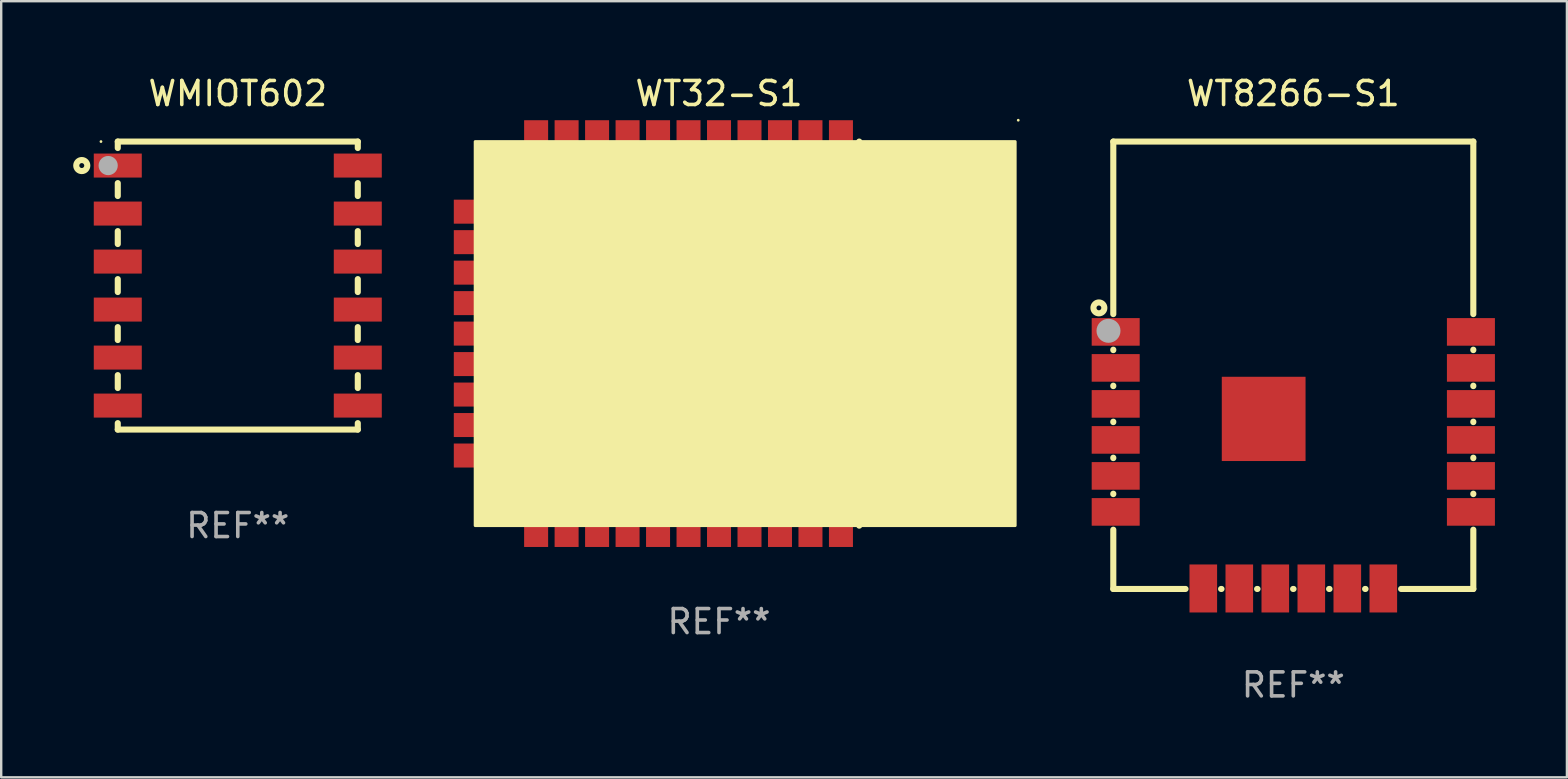
<source format=kicad_pcb>
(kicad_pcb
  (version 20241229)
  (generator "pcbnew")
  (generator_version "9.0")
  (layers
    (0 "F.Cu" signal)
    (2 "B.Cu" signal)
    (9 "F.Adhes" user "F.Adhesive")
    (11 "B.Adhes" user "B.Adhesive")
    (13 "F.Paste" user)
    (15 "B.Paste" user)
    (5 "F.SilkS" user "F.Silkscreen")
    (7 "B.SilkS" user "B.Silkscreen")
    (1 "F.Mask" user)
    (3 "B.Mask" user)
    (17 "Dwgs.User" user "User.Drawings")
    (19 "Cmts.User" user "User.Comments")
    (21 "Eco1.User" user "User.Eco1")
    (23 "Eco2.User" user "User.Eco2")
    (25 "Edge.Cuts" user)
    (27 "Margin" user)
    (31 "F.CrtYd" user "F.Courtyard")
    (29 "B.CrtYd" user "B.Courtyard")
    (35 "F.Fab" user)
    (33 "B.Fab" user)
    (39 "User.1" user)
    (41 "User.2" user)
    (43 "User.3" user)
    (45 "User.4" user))
  (footprint "WT8266-S1"
    (layer "F.Cu")
    (at 50.834 12.168)
    (property "Reference" "WT8266-S1" (at 0 -11.32 0) (layer "F.SilkS") (effects (font (size 1 1) (thickness 0.15))))
    (attr through_hole)
    (fp_line (start -7.5 -9.32) (end 7.5 -9.32) (stroke (width 0.254) (type solid)) (layer "F.SilkS"))
    (fp_line (start -7.5 -2.131) (end -7.5 -9.32) (stroke (width 0.254) (type solid)) (layer "F.SilkS"))
    (fp_line (start -7.5 -0.631) (end -7.5 -0.649) (stroke (width 0.254) (type solid)) (layer "F.SilkS"))
    (fp_line (start -7.5 0.869) (end -7.5 0.851) (stroke (width 0.254) (type solid)) (layer "F.SilkS"))
    (fp_line (start -7.5 2.369) (end -7.5 2.351) (stroke (width 0.254) (type solid)) (layer "F.SilkS"))
    (fp_line (start -7.5 3.869) (end -7.5 3.851) (stroke (width 0.254) (type solid)) (layer "F.SilkS"))
    (fp_line (start -7.5 5.369) (end -7.5 5.351) (stroke (width 0.254) (type solid)) (layer "F.SilkS"))
    (fp_line (start -7.5 9.32) (end -7.5 6.851) (stroke (width 0.254) (type solid)) (layer "F.SilkS"))
    (fp_line (start -7.5 9.32) (end -4.491 9.32) (stroke (width 0.254) (type solid)) (layer "F.SilkS"))
    (fp_line (start -3.009 9.32) (end -2.991 9.32) (stroke (width 0.254) (type solid)) (layer "F.SilkS"))
    (fp_line (start -1.509 9.32) (end -1.491 9.32) (stroke (width 0.254) (type solid)) (layer "F.SilkS"))
    (fp_line (start -0.009 9.32) (end 0.009 9.32) (stroke (width 0.254) (type solid)) (layer "F.SilkS"))
    (fp_line (start 1.491 9.32) (end 1.509 9.32) (stroke (width 0.254) (type solid)) (layer "F.SilkS"))
    (fp_line (start 2.991 9.32) (end 3.009 9.32) (stroke (width 0.254) (type solid)) (layer "F.SilkS"))
    (fp_line (start 4.491 9.32) (end 7.5 9.32) (stroke (width 0.254) (type solid)) (layer "F.SilkS"))
    (fp_line (start 7.5 -9.32) (end 7.5 -2.131) (stroke (width 0.254) (type solid)) (layer "F.SilkS"))
    (fp_line (start 7.5 -0.649) (end 7.5 -0.631) (stroke (width 0.254) (type solid)) (layer "F.SilkS"))
    (fp_line (start 7.5 0.851) (end 7.5 0.869) (stroke (width 0.254) (type solid)) (layer "F.SilkS"))
    (fp_line (start 7.5 2.351) (end 7.5 2.369) (stroke (width 0.254) (type solid)) (layer "F.SilkS"))
    (fp_line (start 7.5 3.851) (end 7.5 3.869) (stroke (width 0.254) (type solid)) (layer "F.SilkS"))
    (fp_line (start 7.5 5.351) (end 7.5 5.369) (stroke (width 0.254) (type solid)) (layer "F.SilkS"))
    (fp_line (start 7.5 6.851) (end 7.5 9.32) (stroke (width 0.254) (type solid)) (layer "F.SilkS"))
    (fp_circle (center -8.1 -2.39) (end -8 -2.39) (stroke (width 0.254) (type solid)) (fill no) (layer "F.SilkS"))
    (fp_circle (center -7.5 -9.32) (end -7.47 -9.32) (stroke (width 0.06) (type solid)) (fill no) (layer "F.SilkS"))
    (fp_circle (center -7.7 -1.435) (end -7.45 -1.435) (stroke (width 0.5) (type solid)) (fill no) (layer "F.Fab"))
    (fp_text user "REF**" (at 0 13.32 0) (layer "F.Fab") (effects (font (size 1 1) (thickness 0.15))))
    (pad "1" smd rect (at -7.4 -1.39) (size 2 1.15) (layers "F.Cu" "F.Mask" "F.Paste"))
    (pad "2" smd rect (at -7.4 0.11) (size 2 1.15) (layers "F.Cu" "F.Mask" "F.Paste"))
    (pad "3" smd rect (at -7.4 1.61) (size 2 1.15) (layers "F.Cu" "F.Mask" "F.Paste"))
    (pad "4" smd rect (at -7.4 3.11) (size 2 1.15) (layers "F.Cu" "F.Mask" "F.Paste"))
    (pad "5" smd rect (at -7.4 4.61) (size 2 1.15) (layers "F.Cu" "F.Mask" "F.Paste"))
    (pad "6" smd rect (at -7.4 6.11) (size 2 1.15) (layers "F.Cu" "F.Mask" "F.Paste"))
    (pad "7" smd rect (at -3.75 9.3) (size 1.15 2) (layers "F.Cu" "F.Mask" "F.Paste"))
    (pad "8" smd rect (at -2.25 9.3) (size 1.15 2) (layers "F.Cu" "F.Mask" "F.Paste"))
    (pad "9" smd rect (at -0.75 9.3) (size 1.15 2) (layers "F.Cu" "F.Mask" "F.Paste"))
    (pad "10" smd rect (at 0.75 9.3) (size 1.15 2) (layers "F.Cu" "F.Mask" "F.Paste"))
    (pad "11" smd rect (at 2.25 9.3) (size 1.15 2) (layers "F.Cu" "F.Mask" "F.Paste"))
    (pad "12" smd rect (at 3.75 9.3) (size 1.15 2) (layers "F.Cu" "F.Mask" "F.Paste"))
    (pad "13" smd rect (at 7.4 6.11) (size 2 1.15) (layers "F.Cu" "F.Mask" "F.Paste"))
    (pad "14" smd rect (at 7.4 4.61) (size 2 1.15) (layers "F.Cu" "F.Mask" "F.Paste"))
    (pad "15" smd rect (at 7.4 3.11) (size 2 1.15) (layers "F.Cu" "F.Mask" "F.Paste"))
    (pad "16" smd rect (at 7.4 1.61) (size 2 1.15) (layers "F.Cu" "F.Mask" "F.Paste"))
    (pad "17" smd rect (at 7.4 0.11) (size 2 1.15) (layers "F.Cu" "F.Mask" "F.Paste"))
    (pad "18" smd rect (at 7.4 -1.39) (size 2 1.15) (layers "F.Cu" "F.Mask" "F.Paste"))
    (pad "19" smd rect (at -1.235 2.235) (size 3.49 3.51) (layers "F.Cu" "F.Mask" "F.Paste")))
  (footprint "WT32-S1"
    (layer "F.Cu")
    (at 26.907 10.849)
    (property "Reference" "WT32-S1" (at 0 -10.001 0) (layer "F.SilkS") (effects (font (size 1 1) (thickness 0.15))))
    (attr through_hole)
    (fp_line (start 5.842 -8.001) (end 5.842 8.001) (stroke (width 0.254) (type solid)) (layer "F.SilkS"))
    (fp_line (start 7.62 -6.35) (end 10.16 -6.35) (stroke (width 0.254) (type solid)) (layer "F.SilkS"))
    (fp_line (start 7.62 -3.81) (end 7.62 -1.27) (stroke (width 0.254) (type solid)) (layer "F.SilkS"))
    (fp_line (start 7.62 -1.27) (end 10.16 -1.27) (stroke (width 0.254) (type solid)) (layer "F.SilkS"))
    (fp_line (start 7.62 1.27) (end 7.62 3.81) (stroke (width 0.254) (type solid)) (layer "F.SilkS"))
    (fp_line (start 7.62 3.81) (end 10.16 3.81) (stroke (width 0.254) (type solid)) (layer "F.SilkS"))
    (fp_line (start 10.16 -6.35) (end 10.16 -3.81) (stroke (width 0.254) (type solid)) (layer "F.SilkS"))
    (fp_line (start 10.16 -3.81) (end 7.62 -3.81) (stroke (width 0.254) (type solid)) (layer "F.SilkS"))
    (fp_line (start 10.16 -1.27) (end 10.16 1.27) (stroke (width 0.254) (type solid)) (layer "F.SilkS"))
    (fp_line (start 10.16 1.27) (end 7.62 1.27) (stroke (width 0.254) (type solid)) (layer "F.SilkS"))
    (fp_line (start 10.16 3.81) (end 10.16 7.62) (stroke (width 0.254) (type solid)) (layer "F.SilkS"))
    (fp_line (start 10.16 6.35) (end 6.35 6.35) (stroke (width 0.254) (type solid)) (layer "F.SilkS"))
    (fp_circle (center 12.467 -8.89) (end 12.497 -8.89) (stroke (width 0.06) (type solid)) (fill no) (layer "F.SilkS"))
    (fp_poly (pts (xy -10.16 -8) (xy 12.34 -8) (xy 12.34 8) (xy -10.16 8)) (stroke (width 0.12) (type solid)) (fill yes) (layer "F.SilkS"))
    (fp_text user "WIFI" (at -6.34 -2.17 0) (layer "B.Mask") (effects (font (size 1 1) (thickness 0.15))))
    (fp_text user "REF**" (at 0 12.001 0) (layer "F.Fab") (effects (font (size 1 1) (thickness 0.15))))
    (pad "1" smd rect (at 5.08 -8 90) (size 1.78 1) (layers "F.Cu" "F.Mask" "F.Paste"))
    (pad "2" smd rect (at 3.81 -8 90) (size 1.78 1) (layers "F.Cu" "F.Mask" "F.Paste"))
    (pad "3" smd rect (at 2.54 -8 90) (size 1.78 1) (layers "F.Cu" "F.Mask" "F.Paste"))
    (pad "4" smd rect (at 1.27 -8 90) (size 1.78 1) (layers "F.Cu" "F.Mask" "F.Paste"))
    (pad "5" smd rect (at -0.000038 -8 90) (size 1.78 1) (layers "F.Cu" "F.Mask" "F.Paste"))
    (pad "6" smd rect (at -1.27 -8 90) (size 1.78 1) (layers "F.Cu" "F.Mask" "F.Paste"))
    (pad "7" smd rect (at -2.54 -8 90) (size 1.78 1) (layers "F.Cu" "F.Mask" "F.Paste"))
    (pad "8" smd rect (at -3.81 -8 90) (size 1.78 1) (layers "F.Cu" "F.Mask" "F.Paste"))
    (pad "9" smd rect (at -5.08 -8 90) (size 1.78 1) (layers "F.Cu" "F.Mask" "F.Paste"))
    (pad "10" smd rect (at -6.35 -8 90) (size 1.78 1) (layers "F.Cu" "F.Mask" "F.Paste"))
    (pad "11" smd rect (at -7.62 -8 90) (size 1.78 1) (layers "F.Cu" "F.Mask" "F.Paste"))
    (pad "12" smd rect (at -10.16 -5.08 180) (size 1.78 1) (layers "F.Cu" "F.Mask" "F.Paste"))
    (pad "13" smd rect (at -10.16 -3.81 180) (size 1.78 1) (layers "F.Cu" "F.Mask" "F.Paste"))
    (pad "14" smd rect (at -10.16 -2.54 180) (size 1.78 1) (layers "F.Cu" "F.Mask" "F.Paste"))
    (pad "15" smd rect (at -10.16 -1.27 180) (size 1.78 1) (layers "F.Cu" "F.Mask" "F.Paste"))
    (pad "16" smd rect (at -10.16 -0.000051 180) (size 1.78 1) (layers "F.Cu" "F.Mask" "F.Paste"))
    (pad "17" smd rect (at -10.16 1.27 180) (size 1.78 1) (layers "F.Cu" "F.Mask" "F.Paste"))
    (pad "18" smd rect (at -10.16 2.54 180) (size 1.78 1) (layers "F.Cu" "F.Mask" "F.Paste"))
    (pad "19" smd rect (at -10.16 3.81 180) (size 1.78 1) (layers "F.Cu" "F.Mask" "F.Paste"))
    (pad "20" smd rect (at -10.16 5.08 180) (size 1.78 1) (layers "F.Cu" "F.Mask" "F.Paste"))
    (pad "21" smd rect (at -7.62 8 90) (size 1.78 1) (layers "F.Cu" "F.Mask" "F.Paste"))
    (pad "22" smd rect (at -6.35 8 90) (size 1.78 1) (layers "F.Cu" "F.Mask" "F.Paste"))
    (pad "23" smd rect (at -5.08 8 90) (size 1.78 1) (layers "F.Cu" "F.Mask" "F.Paste"))
    (pad "24" smd rect (at -3.81 8 90) (size 1.78 1) (layers "F.Cu" "F.Mask" "F.Paste"))
    (pad "25" smd rect (at -2.54 8 90) (size 1.78 1) (layers "F.Cu" "F.Mask" "F.Paste"))
    (pad "26" smd rect (at -1.27 8 90) (size 1.78 1) (layers "F.Cu" "F.Mask" "F.Paste"))
    (pad "27" smd rect (at -0.000038 8 90) (size 1.78 1) (layers "F.Cu" "F.Mask" "F.Paste"))
    (pad "28" smd rect (at 1.27 8 90) (size 1.78 1) (layers "F.Cu" "F.Mask" "F.Paste"))
    (pad "29" smd rect (at 2.54 8 90) (size 1.78 1) (layers "F.Cu" "F.Mask" "F.Paste"))
    (pad "30" smd rect (at 3.81 8 90) (size 1.78 1) (layers "F.Cu" "F.Mask" "F.Paste"))
    (pad "31" smd rect (at 5.08 8 90) (size 1.78 1) (layers "F.Cu" "F.Mask" "F.Paste"))
    (pad "32" smd rect (at 0.35 1.39 90) (size 4 4) (layers "F.Cu" "F.Mask" "F.Paste")))
  (footprint "WMIOT602"
    (layer "F.Cu")
    (at 6.857 8.848)
    (property "Reference" "WMIOT602" (at 0 -8 0) (layer "F.SilkS") (effects (font (size 1 1) (thickness 0.15))))
    (attr through_hole)
    (fp_line (start -5 -6) (end 5 -6) (stroke (width 0.254) (type solid)) (layer "F.SilkS"))
    (fp_line (start -5 -5.731) (end -5 -6) (stroke (width 0.254) (type solid)) (layer "F.SilkS"))
    (fp_line (start -5 -3.731) (end -5 -4.269) (stroke (width 0.254) (type solid)) (layer "F.SilkS"))
    (fp_line (start -5 -1.731) (end -5 -2.269) (stroke (width 0.254) (type solid)) (layer "F.SilkS"))
    (fp_line (start -5 0.269) (end -5 -0.269) (stroke (width 0.254) (type solid)) (layer "F.SilkS"))
    (fp_line (start -5 2.269) (end -5 1.731) (stroke (width 0.254) (type solid)) (layer "F.SilkS"))
    (fp_line (start -5 4.269) (end -5 3.731) (stroke (width 0.254) (type solid)) (layer "F.SilkS"))
    (fp_line (start -5 6) (end -5 5.731) (stroke (width 0.254) (type solid)) (layer "F.SilkS"))
    (fp_line (start 5 -6) (end 5 -5.731) (stroke (width 0.254) (type solid)) (layer "F.SilkS"))
    (fp_line (start 5 -4.269) (end 5 -3.731) (stroke (width 0.254) (type solid)) (layer "F.SilkS"))
    (fp_line (start 5 -2.269) (end 5 -1.731) (stroke (width 0.254) (type solid)) (layer "F.SilkS"))
    (fp_line (start 5 -0.269) (end 5 0.269) (stroke (width 0.254) (type solid)) (layer "F.SilkS"))
    (fp_line (start 5 1.731) (end 5 2.269) (stroke (width 0.254) (type solid)) (layer "F.SilkS"))
    (fp_line (start 5 3.731) (end 5 4.269) (stroke (width 0.254) (type solid)) (layer "F.SilkS"))
    (fp_line (start 5 5.731) (end 5 6) (stroke (width 0.254) (type solid)) (layer "F.SilkS"))
    (fp_line (start 5 6) (end -5 6) (stroke (width 0.254) (type solid)) (layer "F.SilkS"))
    (fp_circle (center -6.5 -5) (end -6.27 -5) (stroke (width 0.254) (type solid)) (fill no) (layer "F.SilkS"))
    (fp_circle (center -5.7 -6) (end -5.67 -6) (stroke (width 0.06) (type solid)) (fill no) (layer "F.SilkS"))
    (fp_circle (center -5.4 -5) (end -5.2 -5) (stroke (width 0.4) (type solid)) (fill no) (layer "F.Fab"))
    (fp_text user "REF**" (at 0 10 0) (layer "F.Fab") (effects (font (size 1 1) (thickness 0.15))))
    (pad "1" smd rect (at -5 -5) (size 2 1) (layers "F.Cu" "F.Mask" "F.Paste"))
    (pad "2" smd rect (at -5 -3) (size 2 1) (layers "F.Cu" "F.Mask" "F.Paste"))
    (pad "3" smd rect (at -5 -1) (size 2 1) (layers "F.Cu" "F.Mask" "F.Paste"))
    (pad "4" smd rect (at -5 1) (size 2 1) (layers "F.Cu" "F.Mask" "F.Paste"))
    (pad "5" smd rect (at -5 3) (size 2 1) (layers "F.Cu" "F.Mask" "F.Paste"))
    (pad "6" smd rect (at -5 5) (size 2 1) (layers "F.Cu" "F.Mask" "F.Paste"))
    (pad "7" smd rect (at 5 5) (size 2 1) (layers "F.Cu" "F.Mask" "F.Paste"))
    (pad "8" smd rect (at 5 3) (size 2 1) (layers "F.Cu" "F.Mask" "F.Paste"))
    (pad "9" smd rect (at 5 1) (size 2 1) (layers "F.Cu" "F.Mask" "F.Paste"))
    (pad "10" smd rect (at 5 -1) (size 2 1) (layers "F.Cu" "F.Mask" "F.Paste"))
    (pad "11" smd rect (at 5 -3 180) (size 2 1) (layers "F.Cu" "F.Mask" "F.Paste"))
    (pad "12" smd rect (at 5 -5) (size 2 1) (layers "F.Cu" "F.Mask" "F.Paste")))
  (gr_rect
    (start -3 -3)
    (end 62.234 29.337)
    (stroke (width 0.1) (type default))
    (fill no)
    (layer "Edge.Cuts")))
</source>
